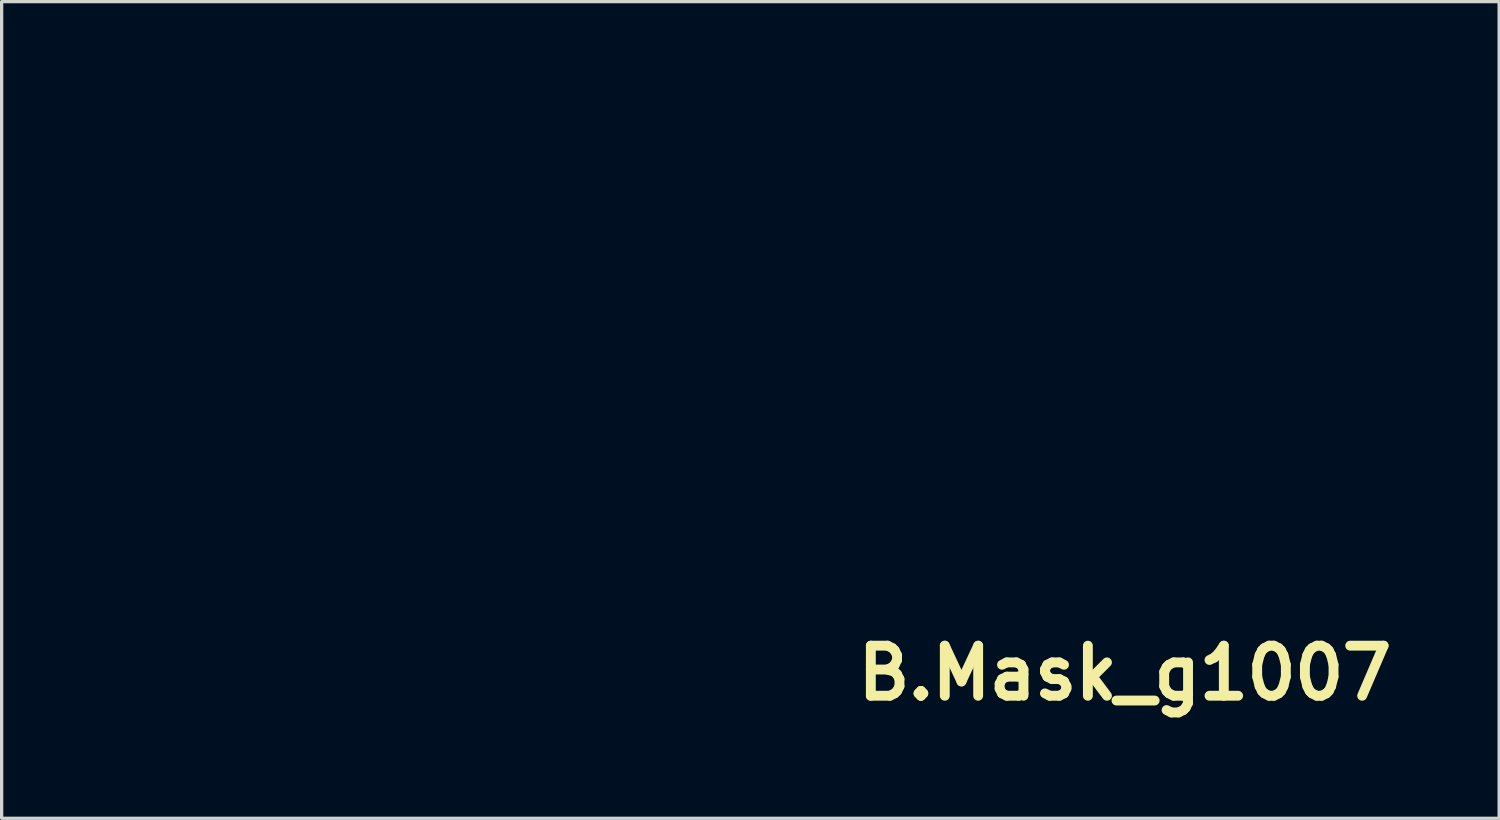
<source format=kicad_pcb>
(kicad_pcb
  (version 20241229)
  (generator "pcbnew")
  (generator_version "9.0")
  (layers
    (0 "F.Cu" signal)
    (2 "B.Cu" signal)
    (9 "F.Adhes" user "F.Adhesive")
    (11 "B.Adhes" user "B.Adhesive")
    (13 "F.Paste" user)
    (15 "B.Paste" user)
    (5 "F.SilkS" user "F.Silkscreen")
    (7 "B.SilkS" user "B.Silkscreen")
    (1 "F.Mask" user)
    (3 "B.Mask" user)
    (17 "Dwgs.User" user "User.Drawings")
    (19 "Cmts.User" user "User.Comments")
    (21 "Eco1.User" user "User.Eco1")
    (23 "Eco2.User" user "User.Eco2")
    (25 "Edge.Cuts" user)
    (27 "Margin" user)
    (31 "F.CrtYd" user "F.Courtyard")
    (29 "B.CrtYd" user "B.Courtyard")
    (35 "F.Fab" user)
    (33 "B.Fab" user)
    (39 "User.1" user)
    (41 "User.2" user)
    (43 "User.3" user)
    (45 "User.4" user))
  (footprint "B.Mask_g1007"
    (layer "F.Cu")
    (at 31.178 17.432)
    (property "Reference" "B.Mask_g1007" (at 0 0 0) (layer "F.SilkS") (effects (font (size 1.524 1.524) (thickness 0.3))))
    (attr through_hole)
    (fp_poly (pts (xy -23.337 -17.36) (xy -23.179 -17.332) (xy -23.049 -17.312) (xy -22.933 -17.3) (xy -22.818 -17.294) (xy -22.691 -17.292) (xy -22.521 -17.291) (xy -22.329 -17.286) (xy -22.124 -17.28) (xy -21.914 -17.271) (xy -21.707 -17.261) (xy -21.514 -17.25) (xy -21.341 -17.238) (xy -21.197 -17.225) (xy -21.141 -17.219) (xy -20.948 -17.195) (xy -20.788 -17.171) (xy -20.65 -17.144) (xy -20.524 -17.11) (xy -20.401 -17.068) (xy -20.271 -17.014) (xy -20.123 -16.946) (xy -20.045 -16.908) (xy -19.835 -16.804) (xy -19.66 -16.715) (xy -19.516 -16.637) (xy -19.398 -16.568) (xy -19.302 -16.506) (xy -19.224 -16.448) (xy -19.161 -16.393) (xy -19.157 -16.389) (xy -19.042 -16.277) (xy -18.869 -16.277) (xy -18.733 -16.274) (xy -18.579 -16.266) (xy -18.42 -16.254) (xy -18.266 -16.239) (xy -18.13 -16.222) (xy -18.021 -16.203) (xy -18.002 -16.199) (xy -17.923 -16.179) (xy -17.818 -16.147) (xy -17.701 -16.11) (xy -17.59 -16.071) (xy -17.506 -16.044) (xy -17.389 -16.008) (xy -17.244 -15.966) (xy -17.078 -15.92) (xy -16.898 -15.871) (xy -16.711 -15.821) (xy -16.552 -15.78) (xy -16.279 -15.71) (xy -16.042 -15.646) (xy -15.839 -15.588) (xy -15.663 -15.534) (xy -15.513 -15.482) (xy -15.382 -15.43) (xy -15.267 -15.378) (xy -15.163 -15.324) (xy -15.066 -15.265) (xy -14.973 -15.2) (xy -14.936 -15.173) (xy -14.772 -15.027) (xy -14.64 -14.857) (xy -14.535 -14.659) (xy -14.456 -14.429) (xy -14.454 -14.423) (xy -14.421 -14.246) (xy -14.407 -14.041) (xy -14.41 -13.818) (xy -14.431 -13.585) (xy -14.469 -13.352) (xy -14.522 -13.134) (xy -14.595 -12.91) (xy -14.677 -12.699) (xy -14.766 -12.51) (xy -14.859 -12.349) (xy -14.925 -12.255) (xy -15 -12.175) (xy -15.108 -12.08) (xy -15.244 -11.973) (xy -15.404 -11.858) (xy -15.582 -11.737) (xy -15.774 -11.614) (xy -15.975 -11.492) (xy -16.179 -11.375) (xy -16.383 -11.265) (xy -16.58 -11.165) (xy -16.606 -11.153) (xy -16.759 -11.081) (xy -16.885 -11.024) (xy -16.991 -10.98) (xy -17.09 -10.946) (xy -17.189 -10.918) (xy -17.299 -10.893) (xy -17.429 -10.868) (xy -17.558 -10.845) (xy -17.851 -10.8) (xy -18.111 -10.77) (xy -18.339 -10.757) (xy -18.53 -10.76) (xy -18.645 -10.772) (xy -18.761 -10.792) (xy -18.861 -10.817) (xy -18.953 -10.85) (xy -19.045 -10.895) (xy -19.146 -10.955) (xy -19.263 -11.036) (xy -19.389 -11.129) (xy -19.615 -11.299) (xy -19.808 -11.448) (xy -19.971 -11.577) (xy -20.106 -11.688) (xy -20.216 -11.784) (xy -20.251 -11.816) (xy -20.311 -11.871) (xy -20.36 -11.913) (xy -20.388 -11.936) (xy -20.392 -11.938) (xy -20.393 -11.92) (xy -20.384 -11.877) (xy -20.383 -11.869) (xy -20.357 -11.746) (xy -20.335 -11.589) (xy -20.318 -11.407) (xy -20.307 -11.207) (xy -20.301 -10.998) (xy -20.301 -10.788) (xy -20.307 -10.586) (xy -20.319 -10.399) (xy -20.321 -10.381) (xy -20.358 -10.144) (xy -20.422 -9.892) (xy -20.509 -9.632) (xy -20.616 -9.373) (xy -20.74 -9.125) (xy -20.875 -8.894) (xy -21.018 -8.69) (xy -21.139 -8.548) (xy -21.179 -8.506) (xy -21.212 -8.469) (xy -21.242 -8.438) (xy -21.273 -8.413) (xy -21.308 -8.392) (xy -21.351 -8.376) (xy -21.404 -8.364) (xy -21.472 -8.355) (xy -21.558 -8.35) (xy -21.665 -8.347) (xy -21.797 -8.347) (xy -21.957 -8.348) (xy -22.15 -8.351) (xy -22.377 -8.355) (xy -22.643 -8.359) (xy -22.657 -8.359) (xy -23.919 -8.379) (xy -24.062 -8.51) (xy -24.241 -8.666) (xy -24.399 -8.786) (xy -24.537 -8.87) (xy -24.655 -8.917) (xy -24.753 -8.929) (xy -24.833 -8.906) (xy -24.841 -8.901) (xy -24.868 -8.882) (xy -24.925 -8.838) (xy -25.008 -8.774) (xy -25.115 -8.691) (xy -25.241 -8.592) (xy -25.383 -8.481) (xy -25.538 -8.359) (xy -25.703 -8.229) (xy -25.745 -8.197) (xy -25.964 -8.024) (xy -26.155 -7.876) (xy -26.319 -7.75) (xy -26.462 -7.644) (xy -26.586 -7.554) (xy -26.695 -7.479) (xy -26.792 -7.416) (xy -26.882 -7.362) (xy -26.968 -7.316) (xy -27.054 -7.274) (xy -27.142 -7.234) (xy -27.146 -7.232) (xy -27.239 -7.194) (xy -27.324 -7.162) (xy -27.409 -7.135) (xy -27.497 -7.114) (xy -27.594 -7.097) (xy -27.706 -7.083) (xy -27.837 -7.073) (xy -27.994 -7.064) (xy -28.181 -7.057) (xy -28.404 -7.05) (xy -28.459 -7.049) (xy -28.648 -7.044) (xy -28.836 -7.039) (xy -29.015 -7.034) (xy -29.179 -7.03) (xy -29.319 -7.026) (xy -29.43 -7.023) (xy -29.485 -7.021) (xy -29.604 -7.02) (xy -29.724 -7.021) (xy -29.831 -7.026) (xy -29.898 -7.031) (xy -30.014 -7.05) (xy -30.139 -7.077) (xy -30.261 -7.109) (xy -30.365 -7.142) (xy -30.424 -7.167) (xy -30.561 -7.244) (xy -30.688 -7.333) (xy -30.797 -7.426) (xy -30.876 -7.515) (xy -30.887 -7.532) (xy -31.007 -7.744) (xy -31.094 -7.959) (xy -31.149 -8.184) (xy -31.173 -8.423) (xy -31.168 -8.684) (xy -31.148 -8.869) (xy -31.082 -9.239) (xy -30.982 -9.585) (xy -30.846 -9.91) (xy -30.673 -10.217) (xy -30.463 -10.509) (xy -30.212 -10.789) (xy -30.185 -10.816) (xy -30.004 -10.988) (xy -29.826 -11.138) (xy -29.638 -11.277) (xy -29.427 -11.413) (xy -29.303 -11.487) (xy -29.181 -11.556) (xy -29.052 -11.623) (xy -28.913 -11.69) (xy -28.757 -11.76) (xy -28.581 -11.834) (xy -28.379 -11.915) (xy -28.147 -12.005) (xy -27.881 -12.105) (xy -27.845 -12.118) (xy -27.517 -12.24) (xy -27.226 -12.347) (xy -26.968 -12.44) (xy -26.741 -12.522) (xy -26.539 -12.592) (xy -26.362 -12.652) (xy -26.205 -12.704) (xy -26.066 -12.747) (xy -25.941 -12.784) (xy -25.827 -12.815) (xy -25.721 -12.841) (xy -25.68 -12.85) (xy -25.463 -12.899) (xy -25.577 -13.017) (xy -25.755 -13.217) (xy -25.931 -13.449) (xy -26.101 -13.703) (xy -26.261 -13.973) (xy -26.407 -14.253) (xy -26.537 -14.534) (xy -26.645 -14.81) (xy -26.729 -15.074) (xy -26.785 -15.318) (xy -26.788 -15.335) (xy -26.81 -15.554) (xy -26.803 -15.751) (xy -26.767 -15.925) (xy -26.703 -16.072) (xy -26.612 -16.19) (xy -26.495 -16.278) (xy -26.437 -16.305) (xy -26.361 -16.339) (xy -26.286 -16.375) (xy -26.268 -16.385) (xy -26.086 -16.482) (xy -25.911 -16.566) (xy -25.735 -16.64) (xy -25.55 -16.707) (xy -25.348 -16.769) (xy -25.121 -16.831) (xy -24.862 -16.894) (xy -24.828 -16.902) (xy -24.665 -16.94) (xy -24.535 -16.973) (xy -24.432 -17.003) (xy -24.348 -17.033) (xy -24.276 -17.066) (xy -24.208 -17.105) (xy -24.138 -17.153) (xy -24.07 -17.202) (xy -23.985 -17.262) (xy -23.897 -17.32) (xy -23.822 -17.364) (xy -23.806 -17.372) (xy -23.697 -17.427) (xy -23.337 -17.36)) (stroke (width 0.01) (type solid)) (fill yes) (layer "B.Mask")))
  (gr_rect
    (start -3 -3)
    (end 42.568 21.85)
    (stroke (width 0.1) (type default))
    (fill no)
    (layer "Edge.Cuts")))
</source>
